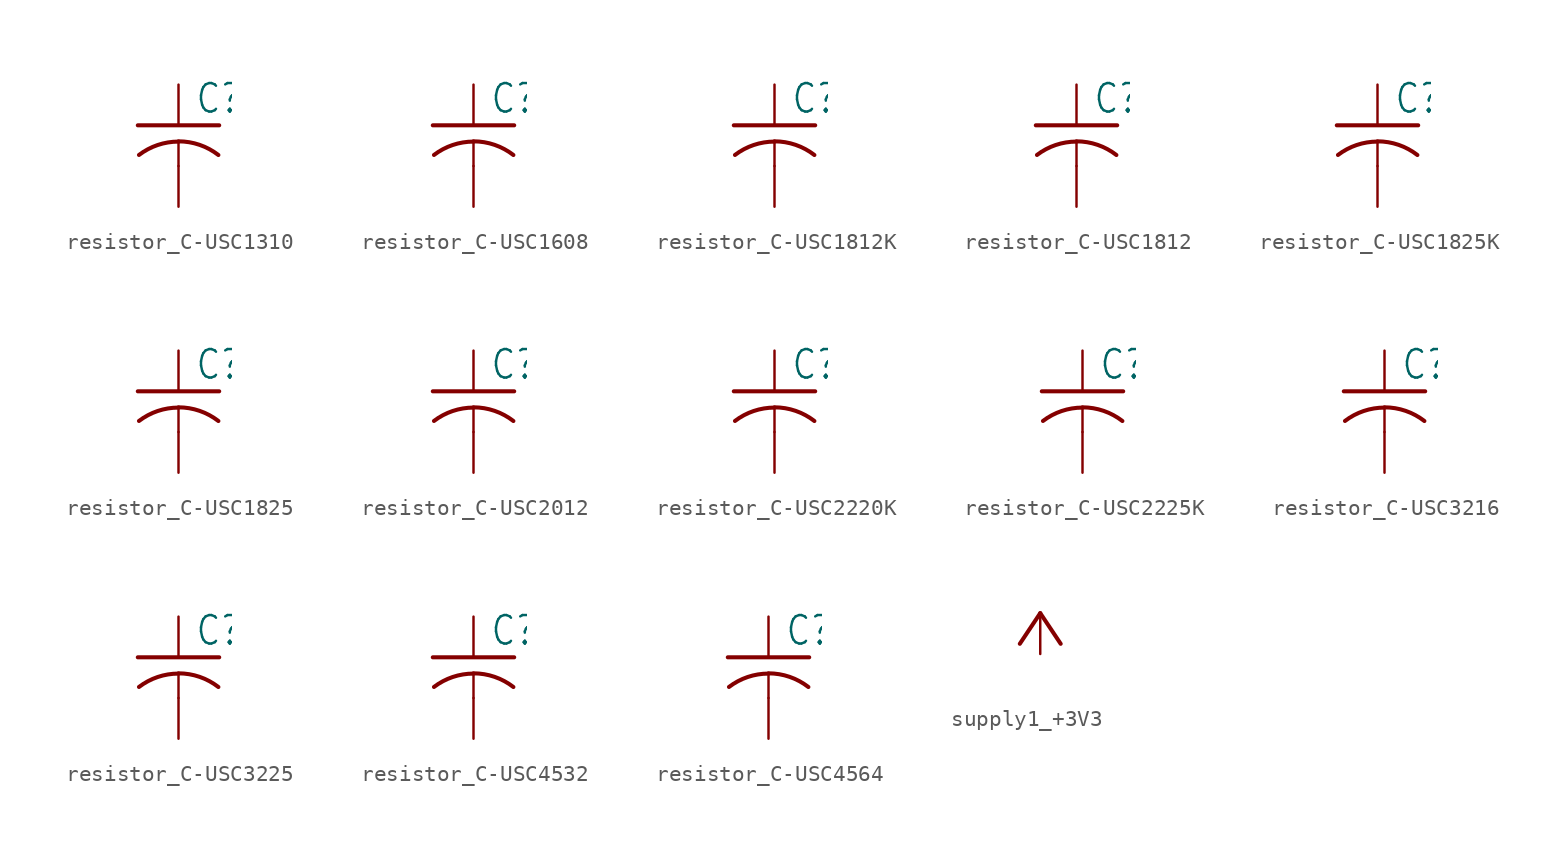
<source format=kicad_sym>
(kicad_symbol_lib
  (version 20231120)
  (generator "kicad_symbol_editor")
  (generator_version "8.0")
  (symbol "resistor_C-USC1310"
    (property "Reference" "C"
      (at 1.016 0.635 0)
      (effects (font (size 1.778 1.511)) (justify left bottom)))
    (property "Value" ""
      (at 1.016 -4.191 0)
      (effects (font (size 1.778 1.511)) (justify left bottom)))
    (property "ki_locked" ""
      (at 0 0 0)
      (effects (font (size 1.27 1.27))))
    (symbol "resistor_C-USC1310_1_0"
      (arc (start 0 -1.0161) (mid -1.302 -1.2303) (end -2.4668 -1.8504) (stroke (width 0.254) (type solid)) (fill (type none)))
      (polyline (pts (xy -2.54 0) (xy 2.54 0)) (stroke (width 0.254) (type solid)) (fill (type none)))
      (polyline (pts (xy 0 -1.016) (xy 0 -2.54)) (stroke (width 0.152) (type solid)) (fill (type none)))
      (arc (start 2.4892 -1.8541) (mid 1.3158 -1.2194) (end 0 -1) (stroke (width 0.254) (type solid)) (fill (type none)))
      (pin passive line (at 0 2.54 270) (length 2.54) (name "1" (effects (font (size 0 0)))) (number "1" (effects (font (size 0 0)))))
      (pin passive line (at 0 -5.08 90) (length 2.54) (name "2" (effects (font (size 0 0)))) (number "2" (effects (font (size 0 0)))))))
  (symbol "resistor_C-USC1608"
    (property "Reference" "C"
      (at 1.016 0.635 0)
      (effects (font (size 1.778 1.511)) (justify left bottom)))
    (property "Value" ""
      (at 1.016 -4.191 0)
      (effects (font (size 1.778 1.511)) (justify left bottom)))
    (property "ki_locked" ""
      (at 0 0 0)
      (effects (font (size 1.27 1.27))))
    (symbol "resistor_C-USC1608_1_0"
      (arc (start 0 -1.0161) (mid -1.302 -1.2303) (end -2.4668 -1.8504) (stroke (width 0.254) (type solid)) (fill (type none)))
      (polyline (pts (xy -2.54 0) (xy 2.54 0)) (stroke (width 0.254) (type solid)) (fill (type none)))
      (polyline (pts (xy 0 -1.016) (xy 0 -2.54)) (stroke (width 0.152) (type solid)) (fill (type none)))
      (arc (start 2.4892 -1.8541) (mid 1.3158 -1.2194) (end 0 -1) (stroke (width 0.254) (type solid)) (fill (type none)))
      (pin passive line (at 0 2.54 270) (length 2.54) (name "1" (effects (font (size 0 0)))) (number "1" (effects (font (size 0 0)))))
      (pin passive line (at 0 -5.08 90) (length 2.54) (name "2" (effects (font (size 0 0)))) (number "2" (effects (font (size 0 0)))))))
  (symbol "resistor_C-USC1812K"
    (property "Reference" "C"
      (at 1.016 0.635 0)
      (effects (font (size 1.778 1.511)) (justify left bottom)))
    (property "Value" ""
      (at 1.016 -4.191 0)
      (effects (font (size 1.778 1.511)) (justify left bottom)))
    (property "ki_locked" ""
      (at 0 0 0)
      (effects (font (size 1.27 1.27))))
    (symbol "resistor_C-USC1812K_1_0"
      (arc (start 0 -1.0161) (mid -1.302 -1.2303) (end -2.4668 -1.8504) (stroke (width 0.254) (type solid)) (fill (type none)))
      (polyline (pts (xy -2.54 0) (xy 2.54 0)) (stroke (width 0.254) (type solid)) (fill (type none)))
      (polyline (pts (xy 0 -1.016) (xy 0 -2.54)) (stroke (width 0.152) (type solid)) (fill (type none)))
      (arc (start 2.4892 -1.8541) (mid 1.3158 -1.2194) (end 0 -1) (stroke (width 0.254) (type solid)) (fill (type none)))
      (pin passive line (at 0 2.54 270) (length 2.54) (name "1" (effects (font (size 0 0)))) (number "1" (effects (font (size 0 0)))))
      (pin passive line (at 0 -5.08 90) (length 2.54) (name "2" (effects (font (size 0 0)))) (number "2" (effects (font (size 0 0)))))))
  (symbol "resistor_C-USC1812"
    (property "Reference" "C"
      (at 1.016 0.635 0)
      (effects (font (size 1.778 1.511)) (justify left bottom)))
    (property "Value" ""
      (at 1.016 -4.191 0)
      (effects (font (size 1.778 1.511)) (justify left bottom)))
    (property "ki_locked" ""
      (at 0 0 0)
      (effects (font (size 1.27 1.27))))
    (symbol "resistor_C-USC1812_1_0"
      (arc (start 0 -1.0161) (mid -1.302 -1.2303) (end -2.4668 -1.8504) (stroke (width 0.254) (type solid)) (fill (type none)))
      (polyline (pts (xy -2.54 0) (xy 2.54 0)) (stroke (width 0.254) (type solid)) (fill (type none)))
      (polyline (pts (xy 0 -1.016) (xy 0 -2.54)) (stroke (width 0.152) (type solid)) (fill (type none)))
      (arc (start 2.4892 -1.8541) (mid 1.3158 -1.2194) (end 0 -1) (stroke (width 0.254) (type solid)) (fill (type none)))
      (pin passive line (at 0 2.54 270) (length 2.54) (name "1" (effects (font (size 0 0)))) (number "1" (effects (font (size 0 0)))))
      (pin passive line (at 0 -5.08 90) (length 2.54) (name "2" (effects (font (size 0 0)))) (number "2" (effects (font (size 0 0)))))))
  (symbol "resistor_C-USC1825K"
    (property "Reference" "C"
      (at 1.016 0.635 0)
      (effects (font (size 1.778 1.511)) (justify left bottom)))
    (property "Value" ""
      (at 1.016 -4.191 0)
      (effects (font (size 1.778 1.511)) (justify left bottom)))
    (property "ki_locked" ""
      (at 0 0 0)
      (effects (font (size 1.27 1.27))))
    (symbol "resistor_C-USC1825K_1_0"
      (arc (start 0 -1.0161) (mid -1.302 -1.2303) (end -2.4668 -1.8504) (stroke (width 0.254) (type solid)) (fill (type none)))
      (polyline (pts (xy -2.54 0) (xy 2.54 0)) (stroke (width 0.254) (type solid)) (fill (type none)))
      (polyline (pts (xy 0 -1.016) (xy 0 -2.54)) (stroke (width 0.152) (type solid)) (fill (type none)))
      (arc (start 2.4892 -1.8541) (mid 1.3158 -1.2194) (end 0 -1) (stroke (width 0.254) (type solid)) (fill (type none)))
      (pin passive line (at 0 2.54 270) (length 2.54) (name "1" (effects (font (size 0 0)))) (number "1" (effects (font (size 0 0)))))
      (pin passive line (at 0 -5.08 90) (length 2.54) (name "2" (effects (font (size 0 0)))) (number "2" (effects (font (size 0 0)))))))
  (symbol "resistor_C-USC1825"
    (property "Reference" "C"
      (at 1.016 0.635 0)
      (effects (font (size 1.778 1.511)) (justify left bottom)))
    (property "Value" ""
      (at 1.016 -4.191 0)
      (effects (font (size 1.778 1.511)) (justify left bottom)))
    (property "ki_locked" ""
      (at 0 0 0)
      (effects (font (size 1.27 1.27))))
    (symbol "resistor_C-USC1825_1_0"
      (arc (start 0 -1.0161) (mid -1.302 -1.2303) (end -2.4668 -1.8504) (stroke (width 0.254) (type solid)) (fill (type none)))
      (polyline (pts (xy -2.54 0) (xy 2.54 0)) (stroke (width 0.254) (type solid)) (fill (type none)))
      (polyline (pts (xy 0 -1.016) (xy 0 -2.54)) (stroke (width 0.152) (type solid)) (fill (type none)))
      (arc (start 2.4892 -1.8541) (mid 1.3158 -1.2194) (end 0 -1) (stroke (width 0.254) (type solid)) (fill (type none)))
      (pin passive line (at 0 2.54 270) (length 2.54) (name "1" (effects (font (size 0 0)))) (number "1" (effects (font (size 0 0)))))
      (pin passive line (at 0 -5.08 90) (length 2.54) (name "2" (effects (font (size 0 0)))) (number "2" (effects (font (size 0 0)))))))
  (symbol "resistor_C-USC2012"
    (property "Reference" "C"
      (at 1.016 0.635 0)
      (effects (font (size 1.778 1.511)) (justify left bottom)))
    (property "Value" ""
      (at 1.016 -4.191 0)
      (effects (font (size 1.778 1.511)) (justify left bottom)))
    (property "ki_locked" ""
      (at 0 0 0)
      (effects (font (size 1.27 1.27))))
    (symbol "resistor_C-USC2012_1_0"
      (arc (start 0 -1.0161) (mid -1.302 -1.2303) (end -2.4668 -1.8504) (stroke (width 0.254) (type solid)) (fill (type none)))
      (polyline (pts (xy -2.54 0) (xy 2.54 0)) (stroke (width 0.254) (type solid)) (fill (type none)))
      (polyline (pts (xy 0 -1.016) (xy 0 -2.54)) (stroke (width 0.152) (type solid)) (fill (type none)))
      (arc (start 2.4892 -1.8541) (mid 1.3158 -1.2194) (end 0 -1) (stroke (width 0.254) (type solid)) (fill (type none)))
      (pin passive line (at 0 2.54 270) (length 2.54) (name "1" (effects (font (size 0 0)))) (number "1" (effects (font (size 0 0)))))
      (pin passive line (at 0 -5.08 90) (length 2.54) (name "2" (effects (font (size 0 0)))) (number "2" (effects (font (size 0 0)))))))
  (symbol "resistor_C-USC2220K"
    (property "Reference" "C"
      (at 1.016 0.635 0)
      (effects (font (size 1.778 1.511)) (justify left bottom)))
    (property "Value" ""
      (at 1.016 -4.191 0)
      (effects (font (size 1.778 1.511)) (justify left bottom)))
    (property "ki_locked" ""
      (at 0 0 0)
      (effects (font (size 1.27 1.27))))
    (symbol "resistor_C-USC2220K_1_0"
      (arc (start 0 -1.0161) (mid -1.302 -1.2303) (end -2.4668 -1.8504) (stroke (width 0.254) (type solid)) (fill (type none)))
      (polyline (pts (xy -2.54 0) (xy 2.54 0)) (stroke (width 0.254) (type solid)) (fill (type none)))
      (polyline (pts (xy 0 -1.016) (xy 0 -2.54)) (stroke (width 0.152) (type solid)) (fill (type none)))
      (arc (start 2.4892 -1.8541) (mid 1.3158 -1.2194) (end 0 -1) (stroke (width 0.254) (type solid)) (fill (type none)))
      (pin passive line (at 0 2.54 270) (length 2.54) (name "1" (effects (font (size 0 0)))) (number "1" (effects (font (size 0 0)))))
      (pin passive line (at 0 -5.08 90) (length 2.54) (name "2" (effects (font (size 0 0)))) (number "2" (effects (font (size 0 0)))))))
  (symbol "resistor_C-USC2225K"
    (property "Reference" "C"
      (at 1.016 0.635 0)
      (effects (font (size 1.778 1.511)) (justify left bottom)))
    (property "Value" ""
      (at 1.016 -4.191 0)
      (effects (font (size 1.778 1.511)) (justify left bottom)))
    (property "ki_locked" ""
      (at 0 0 0)
      (effects (font (size 1.27 1.27))))
    (symbol "resistor_C-USC2225K_1_0"
      (arc (start 0 -1.0161) (mid -1.302 -1.2303) (end -2.4668 -1.8504) (stroke (width 0.254) (type solid)) (fill (type none)))
      (polyline (pts (xy -2.54 0) (xy 2.54 0)) (stroke (width 0.254) (type solid)) (fill (type none)))
      (polyline (pts (xy 0 -1.016) (xy 0 -2.54)) (stroke (width 0.152) (type solid)) (fill (type none)))
      (arc (start 2.4892 -1.8541) (mid 1.3158 -1.2194) (end 0 -1) (stroke (width 0.254) (type solid)) (fill (type none)))
      (pin passive line (at 0 2.54 270) (length 2.54) (name "1" (effects (font (size 0 0)))) (number "1" (effects (font (size 0 0)))))
      (pin passive line (at 0 -5.08 90) (length 2.54) (name "2" (effects (font (size 0 0)))) (number "2" (effects (font (size 0 0)))))))
  (symbol "resistor_C-USC3216"
    (property "Reference" "C"
      (at 1.016 0.635 0)
      (effects (font (size 1.778 1.511)) (justify left bottom)))
    (property "Value" ""
      (at 1.016 -4.191 0)
      (effects (font (size 1.778 1.511)) (justify left bottom)))
    (property "ki_locked" ""
      (at 0 0 0)
      (effects (font (size 1.27 1.27))))
    (symbol "resistor_C-USC3216_1_0"
      (arc (start 0 -1.0161) (mid -1.302 -1.2303) (end -2.4668 -1.8504) (stroke (width 0.254) (type solid)) (fill (type none)))
      (polyline (pts (xy -2.54 0) (xy 2.54 0)) (stroke (width 0.254) (type solid)) (fill (type none)))
      (polyline (pts (xy 0 -1.016) (xy 0 -2.54)) (stroke (width 0.152) (type solid)) (fill (type none)))
      (arc (start 2.4892 -1.8541) (mid 1.3158 -1.2194) (end 0 -1) (stroke (width 0.254) (type solid)) (fill (type none)))
      (pin passive line (at 0 2.54 270) (length 2.54) (name "1" (effects (font (size 0 0)))) (number "1" (effects (font (size 0 0)))))
      (pin passive line (at 0 -5.08 90) (length 2.54) (name "2" (effects (font (size 0 0)))) (number "2" (effects (font (size 0 0)))))))
  (symbol "resistor_C-USC3225"
    (property "Reference" "C"
      (at 1.016 0.635 0)
      (effects (font (size 1.778 1.511)) (justify left bottom)))
    (property "Value" ""
      (at 1.016 -4.191 0)
      (effects (font (size 1.778 1.511)) (justify left bottom)))
    (property "ki_locked" ""
      (at 0 0 0)
      (effects (font (size 1.27 1.27))))
    (symbol "resistor_C-USC3225_1_0"
      (arc (start 0 -1.0161) (mid -1.302 -1.2303) (end -2.4668 -1.8504) (stroke (width 0.254) (type solid)) (fill (type none)))
      (polyline (pts (xy -2.54 0) (xy 2.54 0)) (stroke (width 0.254) (type solid)) (fill (type none)))
      (polyline (pts (xy 0 -1.016) (xy 0 -2.54)) (stroke (width 0.152) (type solid)) (fill (type none)))
      (arc (start 2.4892 -1.8541) (mid 1.3158 -1.2194) (end 0 -1) (stroke (width 0.254) (type solid)) (fill (type none)))
      (pin passive line (at 0 2.54 270) (length 2.54) (name "1" (effects (font (size 0 0)))) (number "1" (effects (font (size 0 0)))))
      (pin passive line (at 0 -5.08 90) (length 2.54) (name "2" (effects (font (size 0 0)))) (number "2" (effects (font (size 0 0)))))))
  (symbol "resistor_C-USC4532"
    (property "Reference" "C"
      (at 1.016 0.635 0)
      (effects (font (size 1.778 1.511)) (justify left bottom)))
    (property "Value" ""
      (at 1.016 -4.191 0)
      (effects (font (size 1.778 1.511)) (justify left bottom)))
    (property "ki_locked" ""
      (at 0 0 0)
      (effects (font (size 1.27 1.27))))
    (symbol "resistor_C-USC4532_1_0"
      (arc (start 0 -1.0161) (mid -1.302 -1.2303) (end -2.4668 -1.8504) (stroke (width 0.254) (type solid)) (fill (type none)))
      (polyline (pts (xy -2.54 0) (xy 2.54 0)) (stroke (width 0.254) (type solid)) (fill (type none)))
      (polyline (pts (xy 0 -1.016) (xy 0 -2.54)) (stroke (width 0.152) (type solid)) (fill (type none)))
      (arc (start 2.4892 -1.8541) (mid 1.3158 -1.2194) (end 0 -1) (stroke (width 0.254) (type solid)) (fill (type none)))
      (pin passive line (at 0 2.54 270) (length 2.54) (name "1" (effects (font (size 0 0)))) (number "1" (effects (font (size 0 0)))))
      (pin passive line (at 0 -5.08 90) (length 2.54) (name "2" (effects (font (size 0 0)))) (number "2" (effects (font (size 0 0)))))))
  (symbol "resistor_C-USC4564"
    (property "Reference" "C"
      (at 1.016 0.635 0)
      (effects (font (size 1.778 1.511)) (justify left bottom)))
    (property "Value" ""
      (at 1.016 -4.191 0)
      (effects (font (size 1.778 1.511)) (justify left bottom)))
    (property "ki_locked" ""
      (at 0 0 0)
      (effects (font (size 1.27 1.27))))
    (symbol "resistor_C-USC4564_1_0"
      (arc (start 0 -1.0161) (mid -1.302 -1.2303) (end -2.4668 -1.8504) (stroke (width 0.254) (type solid)) (fill (type none)))
      (polyline (pts (xy -2.54 0) (xy 2.54 0)) (stroke (width 0.254) (type solid)) (fill (type none)))
      (polyline (pts (xy 0 -1.016) (xy 0 -2.54)) (stroke (width 0.152) (type solid)) (fill (type none)))
      (arc (start 2.4892 -1.8541) (mid 1.3158 -1.2194) (end 0 -1) (stroke (width 0.254) (type solid)) (fill (type none)))
      (pin passive line (at 0 2.54 270) (length 2.54) (name "1" (effects (font (size 0 0)))) (number "1" (effects (font (size 0 0)))))
      (pin passive line (at 0 -5.08 90) (length 2.54) (name "2" (effects (font (size 0 0)))) (number "2" (effects (font (size 0 0)))))))
  (symbol "supply1_+3V3"
    (power)
    (property "Reference" "#+3V3"
      (at 0 0 0)
      (effects (font (size 1.27 1.27)) (hide yes)))
    (property "Value" ""
      (at -2.54 -5.08 90)
      (effects (font (size 1.778 1.511)) (justify left bottom)))
    (property "ki_locked" ""
      (at 0 0 0)
      (effects (font (size 1.27 1.27))))
    (symbol "supply1_+3V3_1_0"
      (polyline (pts (xy 0 0) (xy -1.27 -1.905)) (stroke (width 0.254) (type solid)) (fill (type none)))
      (polyline (pts (xy 1.27 -1.905) (xy 0 0)) (stroke (width 0.254) (type solid)) (fill (type none)))
      (pin power_in line (at 0 -2.54 90) (length 2.54) (name "+3V3" (effects (font (size 0 0)))) (number "1" (effects (font (size 0 0))))))))
</source>
